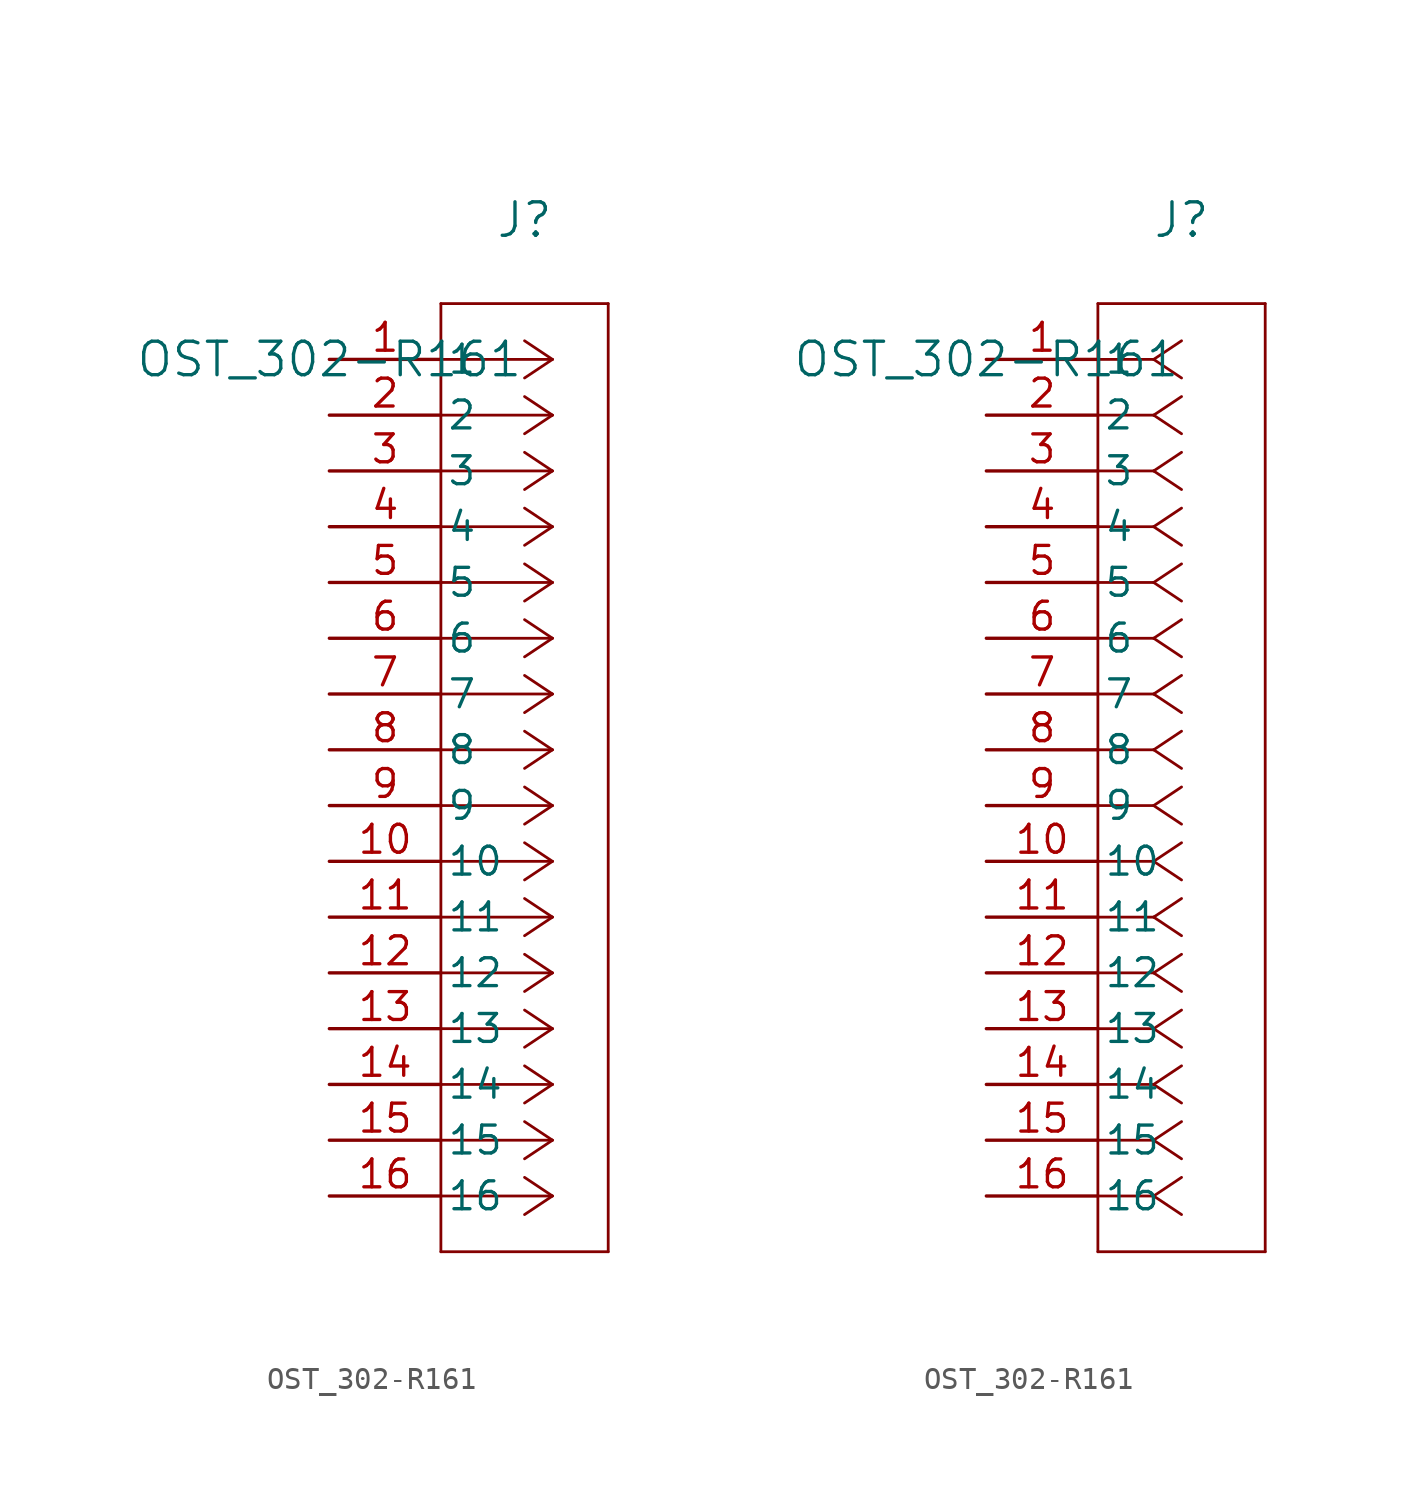
<source format=kicad_sym>
(kicad_symbol_lib
  (version 20241209)
  (generator "kicad_symbol_editor")
  (generator_version "9.0")
  (symbol "OST_302-R161"
    (pin_names
      (offset 0.254))
    (property "Reference" "J"
      (at 8.89 6.35 0)
      (effects (font (size 1.524 1.524))))
    (property "Value" "OST_302-R161"
      (at 0 0 0)
      (effects (font (size 1.524 1.524))))
    (symbol "OST_302-R161_1_1"
      (polyline (pts (xy 5.08 2.54) (xy 5.08 -40.64)) (stroke (width 0.127) (type default)) (fill (type none)))
      (polyline (pts (xy 5.08 -40.64) (xy 12.7 -40.64)) (stroke (width 0.127) (type default)) (fill (type none)))
      (polyline (pts (xy 10.16 0) (xy 5.08 0)) (stroke (width 0.127) (type default)) (fill (type none)))
      (polyline (pts (xy 10.16 0) (xy 8.89 0.847)) (stroke (width 0.127) (type default)) (fill (type none)))
      (polyline (pts (xy 10.16 0) (xy 8.89 -0.847)) (stroke (width 0.127) (type default)) (fill (type none)))
      (polyline (pts (xy 10.16 -2.54) (xy 5.08 -2.54)) (stroke (width 0.127) (type default)) (fill (type none)))
      (polyline (pts (xy 10.16 -2.54) (xy 8.89 -1.693)) (stroke (width 0.127) (type default)) (fill (type none)))
      (polyline (pts (xy 10.16 -2.54) (xy 8.89 -3.387)) (stroke (width 0.127) (type default)) (fill (type none)))
      (polyline (pts (xy 10.16 -5.08) (xy 5.08 -5.08)) (stroke (width 0.127) (type default)) (fill (type none)))
      (polyline (pts (xy 10.16 -5.08) (xy 8.89 -4.233)) (stroke (width 0.127) (type default)) (fill (type none)))
      (polyline (pts (xy 10.16 -5.08) (xy 8.89 -5.927)) (stroke (width 0.127) (type default)) (fill (type none)))
      (polyline (pts (xy 10.16 -7.62) (xy 5.08 -7.62)) (stroke (width 0.127) (type default)) (fill (type none)))
      (polyline (pts (xy 10.16 -7.62) (xy 8.89 -6.773)) (stroke (width 0.127) (type default)) (fill (type none)))
      (polyline (pts (xy 10.16 -7.62) (xy 8.89 -8.467)) (stroke (width 0.127) (type default)) (fill (type none)))
      (polyline (pts (xy 10.16 -10.16) (xy 5.08 -10.16)) (stroke (width 0.127) (type default)) (fill (type none)))
      (polyline (pts (xy 10.16 -10.16) (xy 8.89 -9.313)) (stroke (width 0.127) (type default)) (fill (type none)))
      (polyline (pts (xy 10.16 -10.16) (xy 8.89 -11.007)) (stroke (width 0.127) (type default)) (fill (type none)))
      (polyline (pts (xy 10.16 -12.7) (xy 5.08 -12.7)) (stroke (width 0.127) (type default)) (fill (type none)))
      (polyline (pts (xy 10.16 -12.7) (xy 8.89 -11.853)) (stroke (width 0.127) (type default)) (fill (type none)))
      (polyline (pts (xy 10.16 -12.7) (xy 8.89 -13.547)) (stroke (width 0.127) (type default)) (fill (type none)))
      (polyline (pts (xy 10.16 -15.24) (xy 5.08 -15.24)) (stroke (width 0.127) (type default)) (fill (type none)))
      (polyline (pts (xy 10.16 -15.24) (xy 8.89 -14.393)) (stroke (width 0.127) (type default)) (fill (type none)))
      (polyline (pts (xy 10.16 -15.24) (xy 8.89 -16.087)) (stroke (width 0.127) (type default)) (fill (type none)))
      (polyline (pts (xy 10.16 -17.78) (xy 5.08 -17.78)) (stroke (width 0.127) (type default)) (fill (type none)))
      (polyline (pts (xy 10.16 -17.78) (xy 8.89 -16.933)) (stroke (width 0.127) (type default)) (fill (type none)))
      (polyline (pts (xy 10.16 -17.78) (xy 8.89 -18.627)) (stroke (width 0.127) (type default)) (fill (type none)))
      (polyline (pts (xy 10.16 -20.32) (xy 5.08 -20.32)) (stroke (width 0.127) (type default)) (fill (type none)))
      (polyline (pts (xy 10.16 -20.32) (xy 8.89 -19.473)) (stroke (width 0.127) (type default)) (fill (type none)))
      (polyline (pts (xy 10.16 -20.32) (xy 8.89 -21.167)) (stroke (width 0.127) (type default)) (fill (type none)))
      (polyline (pts (xy 10.16 -22.86) (xy 5.08 -22.86)) (stroke (width 0.127) (type default)) (fill (type none)))
      (polyline (pts (xy 10.16 -22.86) (xy 8.89 -22.013)) (stroke (width 0.127) (type default)) (fill (type none)))
      (polyline (pts (xy 10.16 -22.86) (xy 8.89 -23.707)) (stroke (width 0.127) (type default)) (fill (type none)))
      (polyline (pts (xy 10.16 -25.4) (xy 5.08 -25.4)) (stroke (width 0.127) (type default)) (fill (type none)))
      (polyline (pts (xy 10.16 -25.4) (xy 8.89 -24.553)) (stroke (width 0.127) (type default)) (fill (type none)))
      (polyline (pts (xy 10.16 -25.4) (xy 8.89 -26.247)) (stroke (width 0.127) (type default)) (fill (type none)))
      (polyline (pts (xy 10.16 -27.94) (xy 5.08 -27.94)) (stroke (width 0.127) (type default)) (fill (type none)))
      (polyline (pts (xy 10.16 -27.94) (xy 8.89 -27.093)) (stroke (width 0.127) (type default)) (fill (type none)))
      (polyline (pts (xy 10.16 -27.94) (xy 8.89 -28.787)) (stroke (width 0.127) (type default)) (fill (type none)))
      (polyline (pts (xy 10.16 -30.48) (xy 5.08 -30.48)) (stroke (width 0.127) (type default)) (fill (type none)))
      (polyline (pts (xy 10.16 -30.48) (xy 8.89 -29.633)) (stroke (width 0.127) (type default)) (fill (type none)))
      (polyline (pts (xy 10.16 -30.48) (xy 8.89 -31.327)) (stroke (width 0.127) (type default)) (fill (type none)))
      (polyline (pts (xy 10.16 -33.02) (xy 5.08 -33.02)) (stroke (width 0.127) (type default)) (fill (type none)))
      (polyline (pts (xy 10.16 -33.02) (xy 8.89 -32.173)) (stroke (width 0.127) (type default)) (fill (type none)))
      (polyline (pts (xy 10.16 -33.02) (xy 8.89 -33.867)) (stroke (width 0.127) (type default)) (fill (type none)))
      (polyline (pts (xy 10.16 -35.56) (xy 5.08 -35.56)) (stroke (width 0.127) (type default)) (fill (type none)))
      (polyline (pts (xy 10.16 -35.56) (xy 8.89 -34.713)) (stroke (width 0.127) (type default)) (fill (type none)))
      (polyline (pts (xy 10.16 -35.56) (xy 8.89 -36.407)) (stroke (width 0.127) (type default)) (fill (type none)))
      (polyline (pts (xy 10.16 -38.1) (xy 5.08 -38.1)) (stroke (width 0.127) (type default)) (fill (type none)))
      (polyline (pts (xy 10.16 -38.1) (xy 8.89 -37.253)) (stroke (width 0.127) (type default)) (fill (type none)))
      (polyline (pts (xy 10.16 -38.1) (xy 8.89 -38.947)) (stroke (width 0.127) (type default)) (fill (type none)))
      (polyline (pts (xy 12.7 2.54) (xy 5.08 2.54)) (stroke (width 0.127) (type default)) (fill (type none)))
      (polyline (pts (xy 12.7 -40.64) (xy 12.7 2.54)) (stroke (width 0.127) (type default)) (fill (type none)))
      (pin unspecified line (at 0 0 0) (length 5.08) (name "1" (effects (font (size 1.27 1.27)))) (number "1" (effects (font (size 1.27 1.27)))))
      (pin unspecified line (at 0 -2.54 0) (length 5.08) (name "2" (effects (font (size 1.27 1.27)))) (number "2" (effects (font (size 1.27 1.27)))))
      (pin unspecified line (at 0 -5.08 0) (length 5.08) (name "3" (effects (font (size 1.27 1.27)))) (number "3" (effects (font (size 1.27 1.27)))))
      (pin unspecified line (at 0 -7.62 0) (length 5.08) (name "4" (effects (font (size 1.27 1.27)))) (number "4" (effects (font (size 1.27 1.27)))))
      (pin unspecified line (at 0 -10.16 0) (length 5.08) (name "5" (effects (font (size 1.27 1.27)))) (number "5" (effects (font (size 1.27 1.27)))))
      (pin unspecified line (at 0 -12.7 0) (length 5.08) (name "6" (effects (font (size 1.27 1.27)))) (number "6" (effects (font (size 1.27 1.27)))))
      (pin unspecified line (at 0 -15.24 0) (length 5.08) (name "7" (effects (font (size 1.27 1.27)))) (number "7" (effects (font (size 1.27 1.27)))))
      (pin unspecified line (at 0 -17.78 0) (length 5.08) (name "8" (effects (font (size 1.27 1.27)))) (number "8" (effects (font (size 1.27 1.27)))))
      (pin unspecified line (at 0 -20.32 0) (length 5.08) (name "9" (effects (font (size 1.27 1.27)))) (number "9" (effects (font (size 1.27 1.27)))))
      (pin unspecified line (at 0 -22.86 0) (length 5.08) (name "10" (effects (font (size 1.27 1.27)))) (number "10" (effects (font (size 1.27 1.27)))))
      (pin unspecified line (at 0 -25.4 0) (length 5.08) (name "11" (effects (font (size 1.27 1.27)))) (number "11" (effects (font (size 1.27 1.27)))))
      (pin unspecified line (at 0 -27.94 0) (length 5.08) (name "12" (effects (font (size 1.27 1.27)))) (number "12" (effects (font (size 1.27 1.27)))))
      (pin unspecified line (at 0 -30.48 0) (length 5.08) (name "13" (effects (font (size 1.27 1.27)))) (number "13" (effects (font (size 1.27 1.27)))))
      (pin unspecified line (at 0 -33.02 0) (length 5.08) (name "14" (effects (font (size 1.27 1.27)))) (number "14" (effects (font (size 1.27 1.27)))))
      (pin unspecified line (at 0 -35.56 0) (length 5.08) (name "15" (effects (font (size 1.27 1.27)))) (number "15" (effects (font (size 1.27 1.27)))))
      (pin unspecified line (at 0 -38.1 0) (length 5.08) (name "16" (effects (font (size 1.27 1.27)))) (number "16" (effects (font (size 1.27 1.27))))))
    (symbol "OST_302-R161_1_2"
      (polyline (pts (xy 5.08 2.54) (xy 5.08 -40.64)) (stroke (width 0.127) (type default)) (fill (type none)))
      (polyline (pts (xy 5.08 -40.64) (xy 12.7 -40.64)) (stroke (width 0.127) (type default)) (fill (type none)))
      (polyline (pts (xy 7.62 0) (xy 5.08 0)) (stroke (width 0.127) (type default)) (fill (type none)))
      (polyline (pts (xy 7.62 0) (xy 8.89 0.847)) (stroke (width 0.127) (type default)) (fill (type none)))
      (polyline (pts (xy 7.62 0) (xy 8.89 -0.847)) (stroke (width 0.127) (type default)) (fill (type none)))
      (polyline (pts (xy 7.62 -2.54) (xy 5.08 -2.54)) (stroke (width 0.127) (type default)) (fill (type none)))
      (polyline (pts (xy 7.62 -2.54) (xy 8.89 -1.693)) (stroke (width 0.127) (type default)) (fill (type none)))
      (polyline (pts (xy 7.62 -2.54) (xy 8.89 -3.387)) (stroke (width 0.127) (type default)) (fill (type none)))
      (polyline (pts (xy 7.62 -5.08) (xy 5.08 -5.08)) (stroke (width 0.127) (type default)) (fill (type none)))
      (polyline (pts (xy 7.62 -5.08) (xy 8.89 -4.233)) (stroke (width 0.127) (type default)) (fill (type none)))
      (polyline (pts (xy 7.62 -5.08) (xy 8.89 -5.927)) (stroke (width 0.127) (type default)) (fill (type none)))
      (polyline (pts (xy 7.62 -7.62) (xy 5.08 -7.62)) (stroke (width 0.127) (type default)) (fill (type none)))
      (polyline (pts (xy 7.62 -7.62) (xy 8.89 -6.773)) (stroke (width 0.127) (type default)) (fill (type none)))
      (polyline (pts (xy 7.62 -7.62) (xy 8.89 -8.467)) (stroke (width 0.127) (type default)) (fill (type none)))
      (polyline (pts (xy 7.62 -10.16) (xy 5.08 -10.16)) (stroke (width 0.127) (type default)) (fill (type none)))
      (polyline (pts (xy 7.62 -10.16) (xy 8.89 -9.313)) (stroke (width 0.127) (type default)) (fill (type none)))
      (polyline (pts (xy 7.62 -10.16) (xy 8.89 -11.007)) (stroke (width 0.127) (type default)) (fill (type none)))
      (polyline (pts (xy 7.62 -12.7) (xy 5.08 -12.7)) (stroke (width 0.127) (type default)) (fill (type none)))
      (polyline (pts (xy 7.62 -12.7) (xy 8.89 -11.853)) (stroke (width 0.127) (type default)) (fill (type none)))
      (polyline (pts (xy 7.62 -12.7) (xy 8.89 -13.547)) (stroke (width 0.127) (type default)) (fill (type none)))
      (polyline (pts (xy 7.62 -15.24) (xy 5.08 -15.24)) (stroke (width 0.127) (type default)) (fill (type none)))
      (polyline (pts (xy 7.62 -15.24) (xy 8.89 -14.393)) (stroke (width 0.127) (type default)) (fill (type none)))
      (polyline (pts (xy 7.62 -15.24) (xy 8.89 -16.087)) (stroke (width 0.127) (type default)) (fill (type none)))
      (polyline (pts (xy 7.62 -17.78) (xy 5.08 -17.78)) (stroke (width 0.127) (type default)) (fill (type none)))
      (polyline (pts (xy 7.62 -17.78) (xy 8.89 -16.933)) (stroke (width 0.127) (type default)) (fill (type none)))
      (polyline (pts (xy 7.62 -17.78) (xy 8.89 -18.627)) (stroke (width 0.127) (type default)) (fill (type none)))
      (polyline (pts (xy 7.62 -20.32) (xy 5.08 -20.32)) (stroke (width 0.127) (type default)) (fill (type none)))
      (polyline (pts (xy 7.62 -20.32) (xy 8.89 -19.473)) (stroke (width 0.127) (type default)) (fill (type none)))
      (polyline (pts (xy 7.62 -20.32) (xy 8.89 -21.167)) (stroke (width 0.127) (type default)) (fill (type none)))
      (polyline (pts (xy 7.62 -22.86) (xy 5.08 -22.86)) (stroke (width 0.127) (type default)) (fill (type none)))
      (polyline (pts (xy 7.62 -22.86) (xy 8.89 -22.013)) (stroke (width 0.127) (type default)) (fill (type none)))
      (polyline (pts (xy 7.62 -22.86) (xy 8.89 -23.707)) (stroke (width 0.127) (type default)) (fill (type none)))
      (polyline (pts (xy 7.62 -25.4) (xy 5.08 -25.4)) (stroke (width 0.127) (type default)) (fill (type none)))
      (polyline (pts (xy 7.62 -25.4) (xy 8.89 -24.553)) (stroke (width 0.127) (type default)) (fill (type none)))
      (polyline (pts (xy 7.62 -25.4) (xy 8.89 -26.247)) (stroke (width 0.127) (type default)) (fill (type none)))
      (polyline (pts (xy 7.62 -27.94) (xy 5.08 -27.94)) (stroke (width 0.127) (type default)) (fill (type none)))
      (polyline (pts (xy 7.62 -27.94) (xy 8.89 -27.093)) (stroke (width 0.127) (type default)) (fill (type none)))
      (polyline (pts (xy 7.62 -27.94) (xy 8.89 -28.787)) (stroke (width 0.127) (type default)) (fill (type none)))
      (polyline (pts (xy 7.62 -30.48) (xy 5.08 -30.48)) (stroke (width 0.127) (type default)) (fill (type none)))
      (polyline (pts (xy 7.62 -30.48) (xy 8.89 -29.633)) (stroke (width 0.127) (type default)) (fill (type none)))
      (polyline (pts (xy 7.62 -30.48) (xy 8.89 -31.327)) (stroke (width 0.127) (type default)) (fill (type none)))
      (polyline (pts (xy 7.62 -33.02) (xy 5.08 -33.02)) (stroke (width 0.127) (type default)) (fill (type none)))
      (polyline (pts (xy 7.62 -33.02) (xy 8.89 -32.173)) (stroke (width 0.127) (type default)) (fill (type none)))
      (polyline (pts (xy 7.62 -33.02) (xy 8.89 -33.867)) (stroke (width 0.127) (type default)) (fill (type none)))
      (polyline (pts (xy 7.62 -35.56) (xy 5.08 -35.56)) (stroke (width 0.127) (type default)) (fill (type none)))
      (polyline (pts (xy 7.62 -35.56) (xy 8.89 -34.713)) (stroke (width 0.127) (type default)) (fill (type none)))
      (polyline (pts (xy 7.62 -35.56) (xy 8.89 -36.407)) (stroke (width 0.127) (type default)) (fill (type none)))
      (polyline (pts (xy 7.62 -38.1) (xy 5.08 -38.1)) (stroke (width 0.127) (type default)) (fill (type none)))
      (polyline (pts (xy 7.62 -38.1) (xy 8.89 -37.253)) (stroke (width 0.127) (type default)) (fill (type none)))
      (polyline (pts (xy 7.62 -38.1) (xy 8.89 -38.947)) (stroke (width 0.127) (type default)) (fill (type none)))
      (polyline (pts (xy 12.7 2.54) (xy 5.08 2.54)) (stroke (width 0.127) (type default)) (fill (type none)))
      (polyline (pts (xy 12.7 -40.64) (xy 12.7 2.54)) (stroke (width 0.127) (type default)) (fill (type none)))
      (pin unspecified line (at 0 0 0) (length 5.08) (name "1" (effects (font (size 1.27 1.27)))) (number "1" (effects (font (size 1.27 1.27)))))
      (pin unspecified line (at 0 -2.54 0) (length 5.08) (name "2" (effects (font (size 1.27 1.27)))) (number "2" (effects (font (size 1.27 1.27)))))
      (pin unspecified line (at 0 -5.08 0) (length 5.08) (name "3" (effects (font (size 1.27 1.27)))) (number "3" (effects (font (size 1.27 1.27)))))
      (pin unspecified line (at 0 -7.62 0) (length 5.08) (name "4" (effects (font (size 1.27 1.27)))) (number "4" (effects (font (size 1.27 1.27)))))
      (pin unspecified line (at 0 -10.16 0) (length 5.08) (name "5" (effects (font (size 1.27 1.27)))) (number "5" (effects (font (size 1.27 1.27)))))
      (pin unspecified line (at 0 -12.7 0) (length 5.08) (name "6" (effects (font (size 1.27 1.27)))) (number "6" (effects (font (size 1.27 1.27)))))
      (pin unspecified line (at 0 -15.24 0) (length 5.08) (name "7" (effects (font (size 1.27 1.27)))) (number "7" (effects (font (size 1.27 1.27)))))
      (pin unspecified line (at 0 -17.78 0) (length 5.08) (name "8" (effects (font (size 1.27 1.27)))) (number "8" (effects (font (size 1.27 1.27)))))
      (pin unspecified line (at 0 -20.32 0) (length 5.08) (name "9" (effects (font (size 1.27 1.27)))) (number "9" (effects (font (size 1.27 1.27)))))
      (pin unspecified line (at 0 -22.86 0) (length 5.08) (name "10" (effects (font (size 1.27 1.27)))) (number "10" (effects (font (size 1.27 1.27)))))
      (pin unspecified line (at 0 -25.4 0) (length 5.08) (name "11" (effects (font (size 1.27 1.27)))) (number "11" (effects (font (size 1.27 1.27)))))
      (pin unspecified line (at 0 -27.94 0) (length 5.08) (name "12" (effects (font (size 1.27 1.27)))) (number "12" (effects (font (size 1.27 1.27)))))
      (pin unspecified line (at 0 -30.48 0) (length 5.08) (name "13" (effects (font (size 1.27 1.27)))) (number "13" (effects (font (size 1.27 1.27)))))
      (pin unspecified line (at 0 -33.02 0) (length 5.08) (name "14" (effects (font (size 1.27 1.27)))) (number "14" (effects (font (size 1.27 1.27)))))
      (pin unspecified line (at 0 -35.56 0) (length 5.08) (name "15" (effects (font (size 1.27 1.27)))) (number "15" (effects (font (size 1.27 1.27)))))
      (pin unspecified line (at 0 -38.1 0) (length 5.08) (name "16" (effects (font (size 1.27 1.27)))) (number "16" (effects (font (size 1.27 1.27))))))))
</source>
